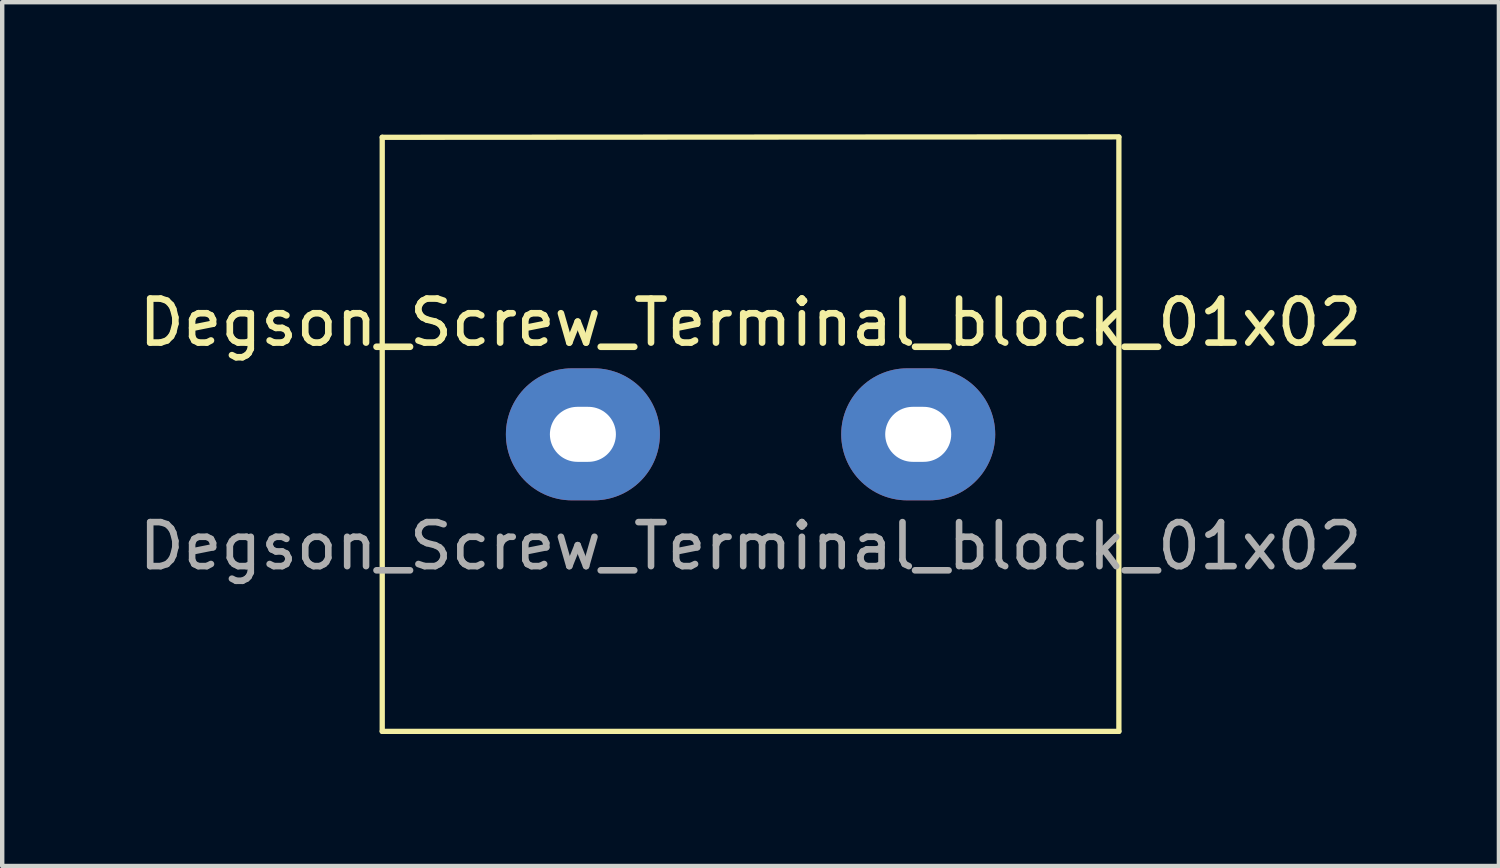
<source format=kicad_pcb>
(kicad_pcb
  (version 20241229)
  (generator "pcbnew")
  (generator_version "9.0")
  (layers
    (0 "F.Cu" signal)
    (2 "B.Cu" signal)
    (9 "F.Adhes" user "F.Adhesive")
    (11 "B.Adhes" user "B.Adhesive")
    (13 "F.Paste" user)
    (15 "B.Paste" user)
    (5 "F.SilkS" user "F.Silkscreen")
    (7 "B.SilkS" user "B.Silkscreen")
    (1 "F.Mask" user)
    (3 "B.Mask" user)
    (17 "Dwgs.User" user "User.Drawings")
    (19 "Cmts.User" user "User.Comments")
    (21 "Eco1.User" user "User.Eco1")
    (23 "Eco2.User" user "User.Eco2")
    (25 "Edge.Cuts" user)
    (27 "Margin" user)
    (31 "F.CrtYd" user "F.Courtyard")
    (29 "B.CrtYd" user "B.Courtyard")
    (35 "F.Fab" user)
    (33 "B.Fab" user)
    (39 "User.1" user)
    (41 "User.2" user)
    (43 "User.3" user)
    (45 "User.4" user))
  (footprint "Degson_Screw_Terminal_block_01x02"
    (layer "F.Cu")
    (at 14.006 6.82)
    (property "Reference" "Degson_Screw_Terminal_block_01x02" (at 0 -2.54 0) (unlocked yes) (layer "F.SilkS") (effects (font (size 1 1) (thickness 0.15))))
    (attr through_hole)
    (fp_line (start -8.37 -6.75) (end 8.37 -6.76) (stroke (width 0.12) (type solid)) (layer "F.SilkS"))
    (fp_line (start -8.37 6.75) (end -8.37 -6.75) (stroke (width 0.12) (type solid)) (layer "F.SilkS"))
    (fp_line (start 8.37 -6.75) (end 8.37 6.75) (stroke (width 0.12) (type solid)) (layer "F.SilkS"))
    (fp_line (start 8.37 6.75) (end -8.37 6.75) (stroke (width 0.12) (type solid)) (layer "F.SilkS"))
    (fp_text user "${REFERENCE}" (at 0 2.54 0) (unlocked yes) (layer "F.Fab") (effects (font (size 1 1) (thickness 0.15))))
    (pad "1" thru_hole oval (at -3.81 0) (size 3.5 3) (drill oval 1.5 1.25) (layers "*.Cu" "*.Mask"))
    (pad "2" thru_hole oval (at 3.81 0) (size 3.5 3) (drill oval 1.5 1.25) (layers "*.Cu" "*.Mask")))
  (gr_rect
    (start -3 -3)
    (end 31.012 16.63)
    (stroke (width 0.1) (type default))
    (fill no)
    (layer "Edge.Cuts")))
</source>
